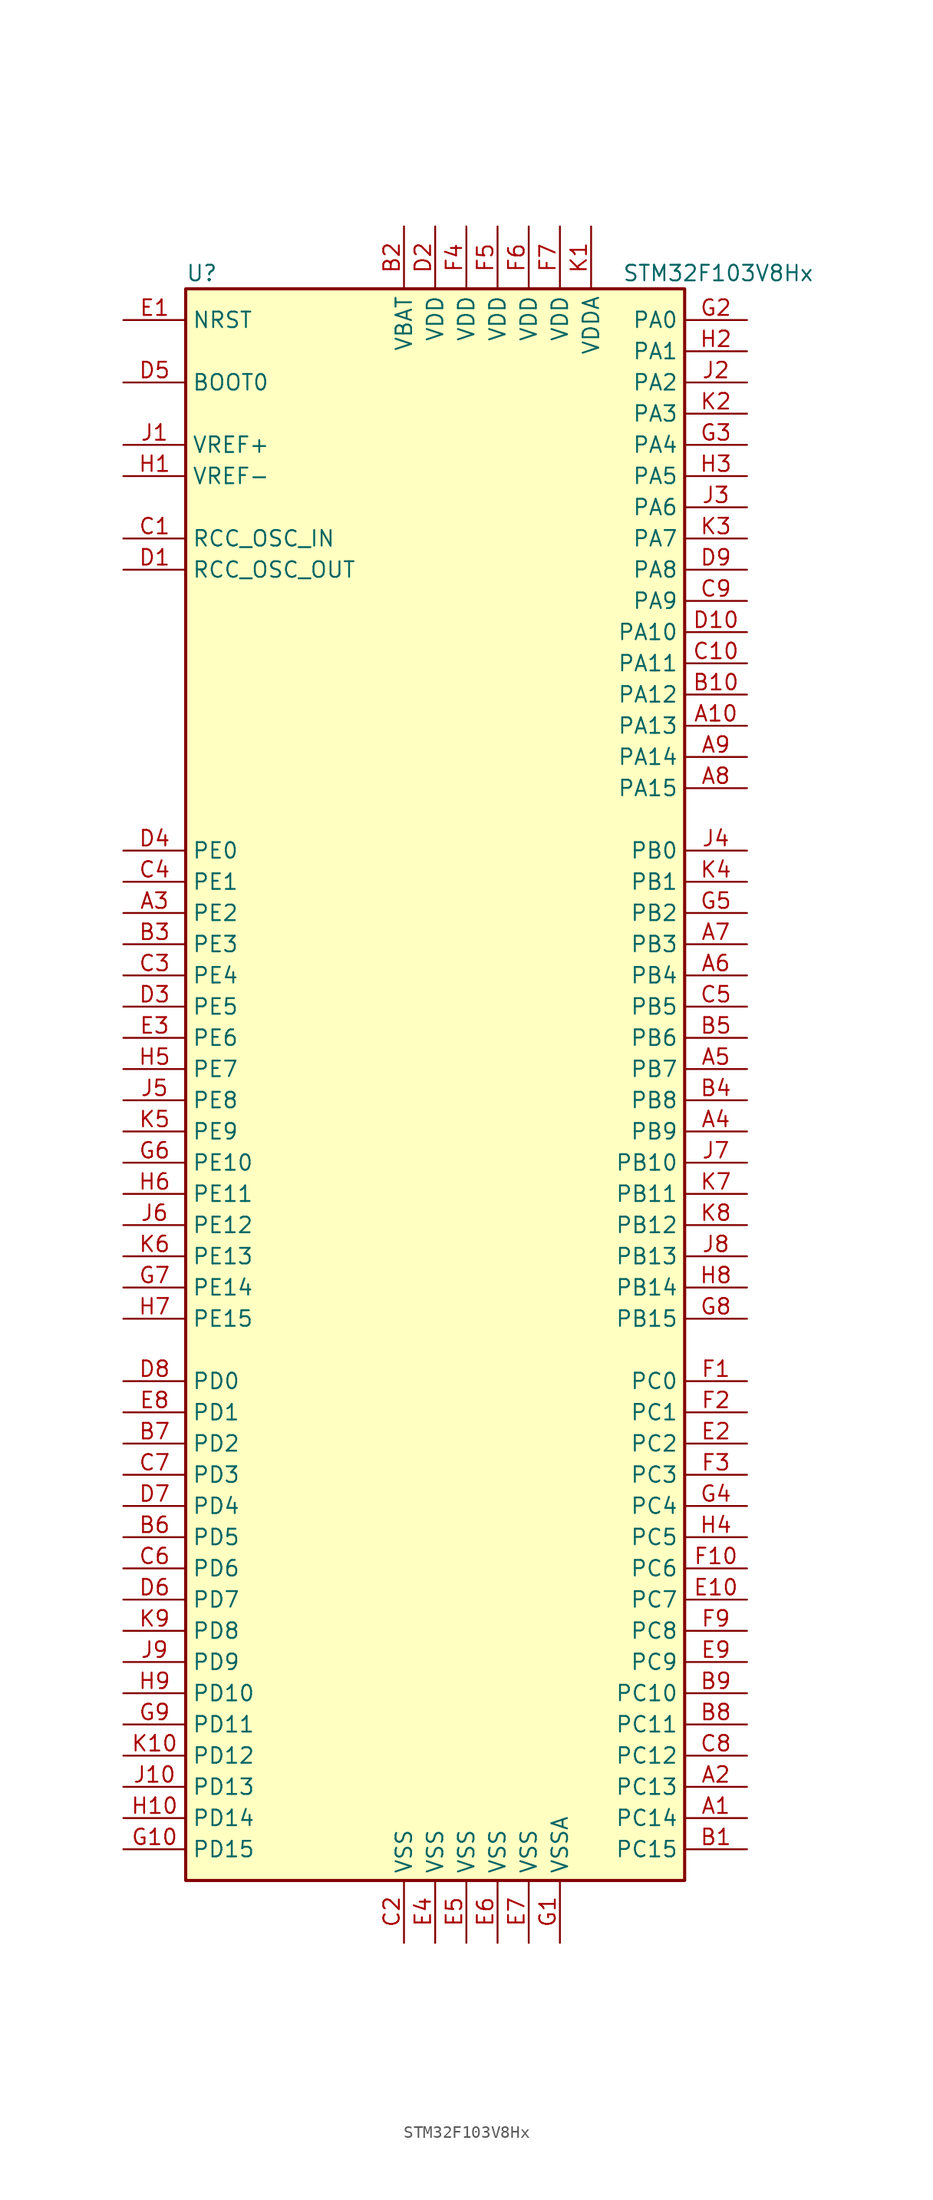
<source format=kicad_sym>
(kicad_symbol_lib
  (version 20200908)
  (generator kicad_symbol_editor)
  (symbol "MCU_ST_STM32F1:STM32F103V8Hx"
    (property "Reference" "U"
      (at -20.32 64.77 0)
      (effects (font (size 1.27 1.27)) (justify left)))
    (property "Value" "STM32F103V8Hx"
      (at 15.24 64.77 0)
      (effects (font (size 1.27 1.27)) (justify left)))
    (symbol "STM32F103V8Hx_0_1"
      (rectangle (start -20.32 -66.04) (end 20.32 63.5) (stroke (width 0.254)) (fill (type background))))
    (symbol "STM32F103V8Hx_1_1"
      (pin input line (at -25.4 55.88 0) (length 5.08) (name "BOOT0" (effects (font (size 1.27 1.27)))) (number "D5" (effects (font (size 1.27 1.27)))))
      (pin unconnected line (at -20.32 -63.5 0) (length 5.08) hide (name "NC" (effects (font (size 1.27 1.27)))) (number "F8" (effects (font (size 1.27 1.27)))))
      (pin input line (at -25.4 60.96 0) (length 5.08) (name "NRST" (effects (font (size 1.27 1.27)))) (number "E1" (effects (font (size 1.27 1.27)))))
      (pin bidirectional line (at 25.4 60.96 180) (length 5.08) (name "PA0" (effects (font (size 1.27 1.27)))) (number "G2" (effects (font (size 1.27 1.27)))))
      (pin bidirectional line (at 25.4 58.42 180) (length 5.08) (name "PA1" (effects (font (size 1.27 1.27)))) (number "H2" (effects (font (size 1.27 1.27)))))
      (pin bidirectional line (at 25.4 35.56 180) (length 5.08) (name "PA10" (effects (font (size 1.27 1.27)))) (number "D10" (effects (font (size 1.27 1.27)))))
      (pin bidirectional line (at 25.4 33.02 180) (length 5.08) (name "PA11" (effects (font (size 1.27 1.27)))) (number "C10" (effects (font (size 1.27 1.27)))))
      (pin bidirectional line (at 25.4 30.48 180) (length 5.08) (name "PA12" (effects (font (size 1.27 1.27)))) (number "B10" (effects (font (size 1.27 1.27)))))
      (pin bidirectional line (at 25.4 27.94 180) (length 5.08) (name "PA13" (effects (font (size 1.27 1.27)))) (number "A10" (effects (font (size 1.27 1.27)))))
      (pin bidirectional line (at 25.4 25.4 180) (length 5.08) (name "PA14" (effects (font (size 1.27 1.27)))) (number "A9" (effects (font (size 1.27 1.27)))))
      (pin bidirectional line (at 25.4 22.86 180) (length 5.08) (name "PA15" (effects (font (size 1.27 1.27)))) (number "A8" (effects (font (size 1.27 1.27)))))
      (pin bidirectional line (at 25.4 55.88 180) (length 5.08) (name "PA2" (effects (font (size 1.27 1.27)))) (number "J2" (effects (font (size 1.27 1.27)))))
      (pin bidirectional line (at 25.4 53.34 180) (length 5.08) (name "PA3" (effects (font (size 1.27 1.27)))) (number "K2" (effects (font (size 1.27 1.27)))))
      (pin bidirectional line (at 25.4 50.8 180) (length 5.08) (name "PA4" (effects (font (size 1.27 1.27)))) (number "G3" (effects (font (size 1.27 1.27)))))
      (pin bidirectional line (at 25.4 48.26 180) (length 5.08) (name "PA5" (effects (font (size 1.27 1.27)))) (number "H3" (effects (font (size 1.27 1.27)))))
      (pin bidirectional line (at 25.4 45.72 180) (length 5.08) (name "PA6" (effects (font (size 1.27 1.27)))) (number "J3" (effects (font (size 1.27 1.27)))))
      (pin bidirectional line (at 25.4 43.18 180) (length 5.08) (name "PA7" (effects (font (size 1.27 1.27)))) (number "K3" (effects (font (size 1.27 1.27)))))
      (pin bidirectional line (at 25.4 40.64 180) (length 5.08) (name "PA8" (effects (font (size 1.27 1.27)))) (number "D9" (effects (font (size 1.27 1.27)))))
      (pin bidirectional line (at 25.4 38.1 180) (length 5.08) (name "PA9" (effects (font (size 1.27 1.27)))) (number "C9" (effects (font (size 1.27 1.27)))))
      (pin bidirectional line (at 25.4 17.78 180) (length 5.08) (name "PB0" (effects (font (size 1.27 1.27)))) (number "J4" (effects (font (size 1.27 1.27)))))
      (pin bidirectional line (at 25.4 15.24 180) (length 5.08) (name "PB1" (effects (font (size 1.27 1.27)))) (number "K4" (effects (font (size 1.27 1.27)))))
      (pin bidirectional line (at 25.4 -7.62 180) (length 5.08) (name "PB10" (effects (font (size 1.27 1.27)))) (number "J7" (effects (font (size 1.27 1.27)))))
      (pin bidirectional line (at 25.4 -10.16 180) (length 5.08) (name "PB11" (effects (font (size 1.27 1.27)))) (number "K7" (effects (font (size 1.27 1.27)))))
      (pin bidirectional line (at 25.4 -12.7 180) (length 5.08) (name "PB12" (effects (font (size 1.27 1.27)))) (number "K8" (effects (font (size 1.27 1.27)))))
      (pin bidirectional line (at 25.4 -15.24 180) (length 5.08) (name "PB13" (effects (font (size 1.27 1.27)))) (number "J8" (effects (font (size 1.27 1.27)))))
      (pin bidirectional line (at 25.4 -17.78 180) (length 5.08) (name "PB14" (effects (font (size 1.27 1.27)))) (number "H8" (effects (font (size 1.27 1.27)))))
      (pin bidirectional line (at 25.4 -20.32 180) (length 5.08) (name "PB15" (effects (font (size 1.27 1.27)))) (number "G8" (effects (font (size 1.27 1.27)))))
      (pin bidirectional line (at 25.4 12.7 180) (length 5.08) (name "PB2" (effects (font (size 1.27 1.27)))) (number "G5" (effects (font (size 1.27 1.27)))))
      (pin bidirectional line (at 25.4 10.16 180) (length 5.08) (name "PB3" (effects (font (size 1.27 1.27)))) (number "A7" (effects (font (size 1.27 1.27)))))
      (pin bidirectional line (at 25.4 7.62 180) (length 5.08) (name "PB4" (effects (font (size 1.27 1.27)))) (number "A6" (effects (font (size 1.27 1.27)))))
      (pin bidirectional line (at 25.4 5.08 180) (length 5.08) (name "PB5" (effects (font (size 1.27 1.27)))) (number "C5" (effects (font (size 1.27 1.27)))))
      (pin bidirectional line (at 25.4 2.54 180) (length 5.08) (name "PB6" (effects (font (size 1.27 1.27)))) (number "B5" (effects (font (size 1.27 1.27)))))
      (pin bidirectional line (at 25.4 0 180) (length 5.08) (name "PB7" (effects (font (size 1.27 1.27)))) (number "A5" (effects (font (size 1.27 1.27)))))
      (pin bidirectional line (at 25.4 -2.54 180) (length 5.08) (name "PB8" (effects (font (size 1.27 1.27)))) (number "B4" (effects (font (size 1.27 1.27)))))
      (pin bidirectional line (at 25.4 -5.08 180) (length 5.08) (name "PB9" (effects (font (size 1.27 1.27)))) (number "A4" (effects (font (size 1.27 1.27)))))
      (pin bidirectional line (at 25.4 -25.4 180) (length 5.08) (name "PC0" (effects (font (size 1.27 1.27)))) (number "F1" (effects (font (size 1.27 1.27)))))
      (pin bidirectional line (at 25.4 -27.94 180) (length 5.08) (name "PC1" (effects (font (size 1.27 1.27)))) (number "F2" (effects (font (size 1.27 1.27)))))
      (pin bidirectional line (at 25.4 -50.8 180) (length 5.08) (name "PC10" (effects (font (size 1.27 1.27)))) (number "B9" (effects (font (size 1.27 1.27)))))
      (pin bidirectional line (at 25.4 -53.34 180) (length 5.08) (name "PC11" (effects (font (size 1.27 1.27)))) (number "B8" (effects (font (size 1.27 1.27)))))
      (pin bidirectional line (at 25.4 -55.88 180) (length 5.08) (name "PC12" (effects (font (size 1.27 1.27)))) (number "C8" (effects (font (size 1.27 1.27)))))
      (pin bidirectional line (at 25.4 -58.42 180) (length 5.08) (name "PC13" (effects (font (size 1.27 1.27)))) (number "A2" (effects (font (size 1.27 1.27)))))
      (pin bidirectional line (at 25.4 -60.96 180) (length 5.08) (name "PC14" (effects (font (size 1.27 1.27)))) (number "A1" (effects (font (size 1.27 1.27)))))
      (pin bidirectional line (at 25.4 -63.5 180) (length 5.08) (name "PC15" (effects (font (size 1.27 1.27)))) (number "B1" (effects (font (size 1.27 1.27)))))
      (pin bidirectional line (at 25.4 -30.48 180) (length 5.08) (name "PC2" (effects (font (size 1.27 1.27)))) (number "E2" (effects (font (size 1.27 1.27)))))
      (pin bidirectional line (at 25.4 -33.02 180) (length 5.08) (name "PC3" (effects (font (size 1.27 1.27)))) (number "F3" (effects (font (size 1.27 1.27)))))
      (pin bidirectional line (at 25.4 -35.56 180) (length 5.08) (name "PC4" (effects (font (size 1.27 1.27)))) (number "G4" (effects (font (size 1.27 1.27)))))
      (pin bidirectional line (at 25.4 -38.1 180) (length 5.08) (name "PC5" (effects (font (size 1.27 1.27)))) (number "H4" (effects (font (size 1.27 1.27)))))
      (pin bidirectional line (at 25.4 -40.64 180) (length 5.08) (name "PC6" (effects (font (size 1.27 1.27)))) (number "F10" (effects (font (size 1.27 1.27)))))
      (pin bidirectional line (at 25.4 -43.18 180) (length 5.08) (name "PC7" (effects (font (size 1.27 1.27)))) (number "E10" (effects (font (size 1.27 1.27)))))
      (pin bidirectional line (at 25.4 -45.72 180) (length 5.08) (name "PC8" (effects (font (size 1.27 1.27)))) (number "F9" (effects (font (size 1.27 1.27)))))
      (pin bidirectional line (at 25.4 -48.26 180) (length 5.08) (name "PC9" (effects (font (size 1.27 1.27)))) (number "E9" (effects (font (size 1.27 1.27)))))
      (pin bidirectional line (at -25.4 -25.4 0) (length 5.08) (name "PD0" (effects (font (size 1.27 1.27)))) (number "D8" (effects (font (size 1.27 1.27)))))
      (pin bidirectional line (at -25.4 -27.94 0) (length 5.08) (name "PD1" (effects (font (size 1.27 1.27)))) (number "E8" (effects (font (size 1.27 1.27)))))
      (pin bidirectional line (at -25.4 -50.8 0) (length 5.08) (name "PD10" (effects (font (size 1.27 1.27)))) (number "H9" (effects (font (size 1.27 1.27)))))
      (pin bidirectional line (at -25.4 -53.34 0) (length 5.08) (name "PD11" (effects (font (size 1.27 1.27)))) (number "G9" (effects (font (size 1.27 1.27)))))
      (pin bidirectional line (at -25.4 -55.88 0) (length 5.08) (name "PD12" (effects (font (size 1.27 1.27)))) (number "K10" (effects (font (size 1.27 1.27)))))
      (pin bidirectional line (at -25.4 -58.42 0) (length 5.08) (name "PD13" (effects (font (size 1.27 1.27)))) (number "J10" (effects (font (size 1.27 1.27)))))
      (pin bidirectional line (at -25.4 -60.96 0) (length 5.08) (name "PD14" (effects (font (size 1.27 1.27)))) (number "H10" (effects (font (size 1.27 1.27)))))
      (pin bidirectional line (at -25.4 -63.5 0) (length 5.08) (name "PD15" (effects (font (size 1.27 1.27)))) (number "G10" (effects (font (size 1.27 1.27)))))
      (pin bidirectional line (at -25.4 -30.48 0) (length 5.08) (name "PD2" (effects (font (size 1.27 1.27)))) (number "B7" (effects (font (size 1.27 1.27)))))
      (pin bidirectional line (at -25.4 -33.02 0) (length 5.08) (name "PD3" (effects (font (size 1.27 1.27)))) (number "C7" (effects (font (size 1.27 1.27)))))
      (pin bidirectional line (at -25.4 -35.56 0) (length 5.08) (name "PD4" (effects (font (size 1.27 1.27)))) (number "D7" (effects (font (size 1.27 1.27)))))
      (pin bidirectional line (at -25.4 -38.1 0) (length 5.08) (name "PD5" (effects (font (size 1.27 1.27)))) (number "B6" (effects (font (size 1.27 1.27)))))
      (pin bidirectional line (at -25.4 -40.64 0) (length 5.08) (name "PD6" (effects (font (size 1.27 1.27)))) (number "C6" (effects (font (size 1.27 1.27)))))
      (pin bidirectional line (at -25.4 -43.18 0) (length 5.08) (name "PD7" (effects (font (size 1.27 1.27)))) (number "D6" (effects (font (size 1.27 1.27)))))
      (pin bidirectional line (at -25.4 -45.72 0) (length 5.08) (name "PD8" (effects (font (size 1.27 1.27)))) (number "K9" (effects (font (size 1.27 1.27)))))
      (pin bidirectional line (at -25.4 -48.26 0) (length 5.08) (name "PD9" (effects (font (size 1.27 1.27)))) (number "J9" (effects (font (size 1.27 1.27)))))
      (pin bidirectional line (at -25.4 17.78 0) (length 5.08) (name "PE0" (effects (font (size 1.27 1.27)))) (number "D4" (effects (font (size 1.27 1.27)))))
      (pin bidirectional line (at -25.4 15.24 0) (length 5.08) (name "PE1" (effects (font (size 1.27 1.27)))) (number "C4" (effects (font (size 1.27 1.27)))))
      (pin bidirectional line (at -25.4 -7.62 0) (length 5.08) (name "PE10" (effects (font (size 1.27 1.27)))) (number "G6" (effects (font (size 1.27 1.27)))))
      (pin bidirectional line (at -25.4 -10.16 0) (length 5.08) (name "PE11" (effects (font (size 1.27 1.27)))) (number "H6" (effects (font (size 1.27 1.27)))))
      (pin bidirectional line (at -25.4 -12.7 0) (length 5.08) (name "PE12" (effects (font (size 1.27 1.27)))) (number "J6" (effects (font (size 1.27 1.27)))))
      (pin bidirectional line (at -25.4 -15.24 0) (length 5.08) (name "PE13" (effects (font (size 1.27 1.27)))) (number "K6" (effects (font (size 1.27 1.27)))))
      (pin bidirectional line (at -25.4 -17.78 0) (length 5.08) (name "PE14" (effects (font (size 1.27 1.27)))) (number "G7" (effects (font (size 1.27 1.27)))))
      (pin bidirectional line (at -25.4 -20.32 0) (length 5.08) (name "PE15" (effects (font (size 1.27 1.27)))) (number "H7" (effects (font (size 1.27 1.27)))))
      (pin bidirectional line (at -25.4 12.7 0) (length 5.08) (name "PE2" (effects (font (size 1.27 1.27)))) (number "A3" (effects (font (size 1.27 1.27)))))
      (pin bidirectional line (at -25.4 10.16 0) (length 5.08) (name "PE3" (effects (font (size 1.27 1.27)))) (number "B3" (effects (font (size 1.27 1.27)))))
      (pin bidirectional line (at -25.4 7.62 0) (length 5.08) (name "PE4" (effects (font (size 1.27 1.27)))) (number "C3" (effects (font (size 1.27 1.27)))))
      (pin bidirectional line (at -25.4 5.08 0) (length 5.08) (name "PE5" (effects (font (size 1.27 1.27)))) (number "D3" (effects (font (size 1.27 1.27)))))
      (pin bidirectional line (at -25.4 2.54 0) (length 5.08) (name "PE6" (effects (font (size 1.27 1.27)))) (number "E3" (effects (font (size 1.27 1.27)))))
      (pin bidirectional line (at -25.4 0 0) (length 5.08) (name "PE7" (effects (font (size 1.27 1.27)))) (number "H5" (effects (font (size 1.27 1.27)))))
      (pin bidirectional line (at -25.4 -2.54 0) (length 5.08) (name "PE8" (effects (font (size 1.27 1.27)))) (number "J5" (effects (font (size 1.27 1.27)))))
      (pin bidirectional line (at -25.4 -5.08 0) (length 5.08) (name "PE9" (effects (font (size 1.27 1.27)))) (number "K5" (effects (font (size 1.27 1.27)))))
      (pin input line (at -25.4 43.18 0) (length 5.08) (name "RCC_OSC_IN" (effects (font (size 1.27 1.27)))) (number "C1" (effects (font (size 1.27 1.27)))))
      (pin input line (at -25.4 40.64 0) (length 5.08) (name "RCC_OSC_OUT" (effects (font (size 1.27 1.27)))) (number "D1" (effects (font (size 1.27 1.27)))))
      (pin power_in line (at -2.54 68.58 270) (length 5.08) (name "VBAT" (effects (font (size 1.27 1.27)))) (number "B2" (effects (font (size 1.27 1.27)))))
      (pin power_in line (at 0 68.58 270) (length 5.08) (name "VDD" (effects (font (size 1.27 1.27)))) (number "D2" (effects (font (size 1.27 1.27)))))
      (pin power_in line (at 2.54 68.58 270) (length 5.08) (name "VDD" (effects (font (size 1.27 1.27)))) (number "F4" (effects (font (size 1.27 1.27)))))
      (pin power_in line (at 5.08 68.58 270) (length 5.08) (name "VDD" (effects (font (size 1.27 1.27)))) (number "F5" (effects (font (size 1.27 1.27)))))
      (pin power_in line (at 7.62 68.58 270) (length 5.08) (name "VDD" (effects (font (size 1.27 1.27)))) (number "F6" (effects (font (size 1.27 1.27)))))
      (pin power_in line (at 10.16 68.58 270) (length 5.08) (name "VDD" (effects (font (size 1.27 1.27)))) (number "F7" (effects (font (size 1.27 1.27)))))
      (pin power_in line (at 12.7 68.58 270) (length 5.08) (name "VDDA" (effects (font (size 1.27 1.27)))) (number "K1" (effects (font (size 1.27 1.27)))))
      (pin power_in line (at -25.4 50.8 0) (length 5.08) (name "VREF+" (effects (font (size 1.27 1.27)))) (number "J1" (effects (font (size 1.27 1.27)))))
      (pin power_in line (at -25.4 48.26 0) (length 5.08) (name "VREF-" (effects (font (size 1.27 1.27)))) (number "H1" (effects (font (size 1.27 1.27)))))
      (pin power_in line (at -2.54 -71.12 90) (length 5.08) (name "VSS" (effects (font (size 1.27 1.27)))) (number "C2" (effects (font (size 1.27 1.27)))))
      (pin power_in line (at 0 -71.12 90) (length 5.08) (name "VSS" (effects (font (size 1.27 1.27)))) (number "E4" (effects (font (size 1.27 1.27)))))
      (pin power_in line (at 2.54 -71.12 90) (length 5.08) (name "VSS" (effects (font (size 1.27 1.27)))) (number "E5" (effects (font (size 1.27 1.27)))))
      (pin power_in line (at 5.08 -71.12 90) (length 5.08) (name "VSS" (effects (font (size 1.27 1.27)))) (number "E6" (effects (font (size 1.27 1.27)))))
      (pin power_in line (at 7.62 -71.12 90) (length 5.08) (name "VSS" (effects (font (size 1.27 1.27)))) (number "E7" (effects (font (size 1.27 1.27)))))
      (pin power_in line (at 10.16 -71.12 90) (length 5.08) (name "VSSA" (effects (font (size 1.27 1.27)))) (number "G1" (effects (font (size 1.27 1.27))))))))
</source>
